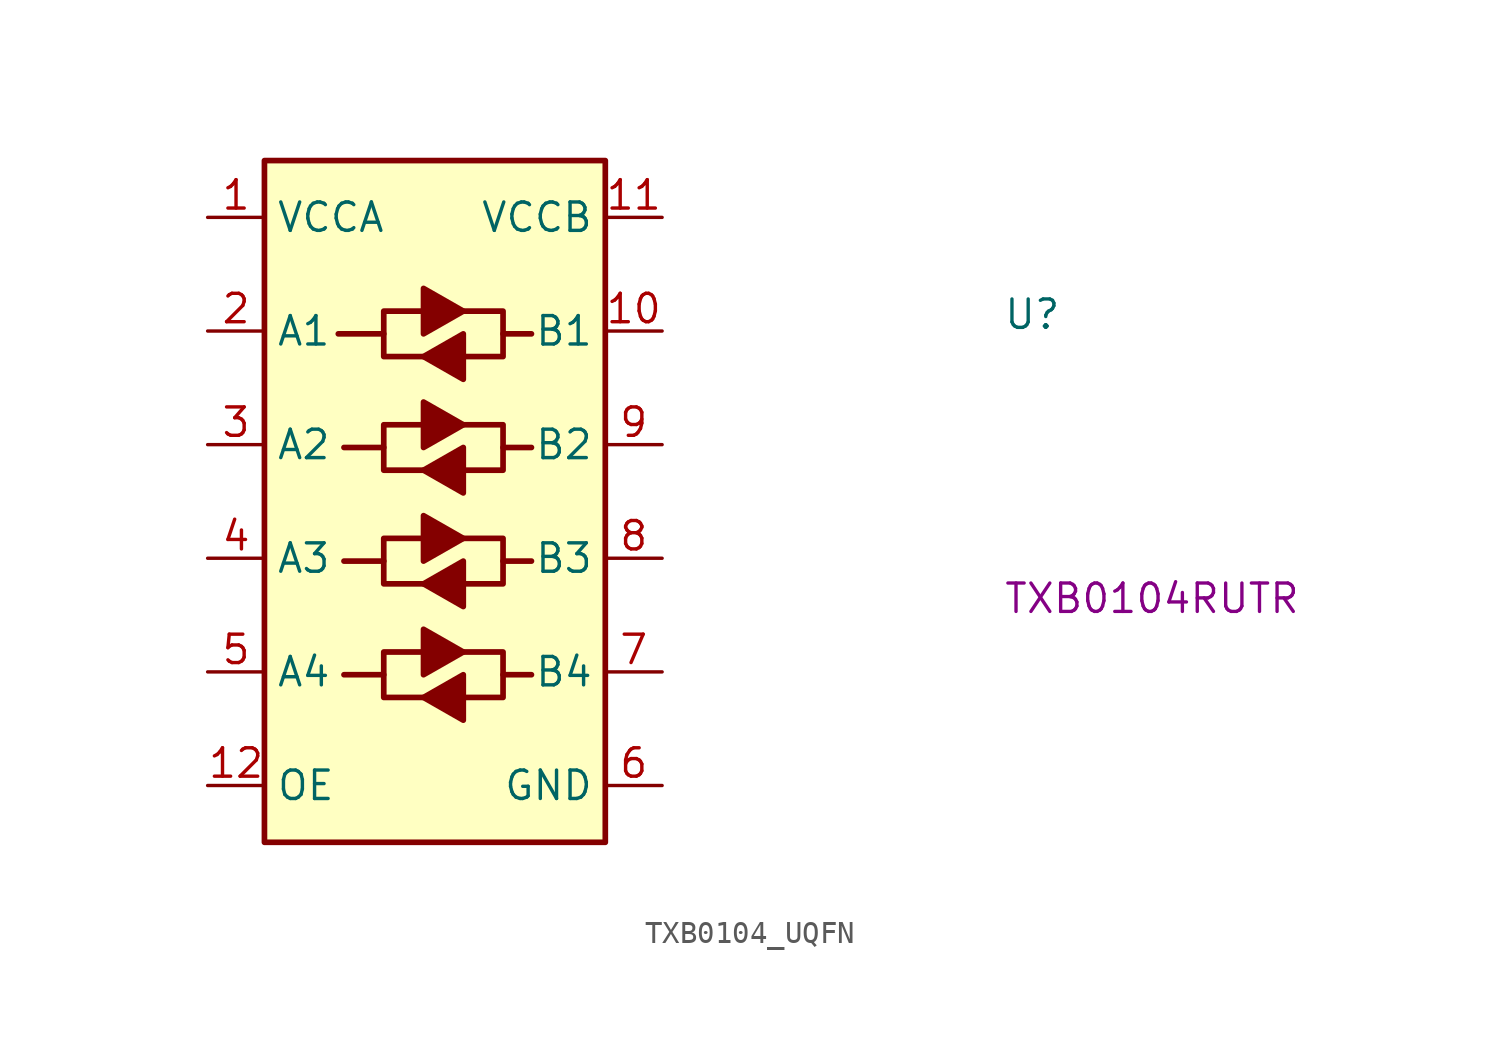
<source format=kicad_sym>
(kicad_symbol_lib
  (version 20220914)
  (generator kicad_symbol_editor)
  (symbol "TXB0104_UQFN"
    (property "Reference" "U"
      (at 35.56 -5.08 0)
      (effects (font (size 1.27 1.27) (thickness 0.15)) (justify left bottom)))
    (property "MPN" "TXB0104RUTR"
      (at 35.56 -17.78 0)
      (effects (font (size 1.27 1.27) (thickness 0.15)) (justify left bottom)))
    (symbol "TXB0104_UQFN_1_1"
      (polyline (pts (xy 7.874 -20.447) (xy 7.874 -19.431) (xy 9.652 -19.431)) (stroke (width 0.254) (type default)) (fill (type background)))
      (polyline (pts (xy 7.874 -15.367) (xy 7.874 -14.351) (xy 9.652 -14.351)) (stroke (width 0.254) (type default)) (fill (type background)))
      (polyline (pts (xy 7.874 -10.287) (xy 7.874 -9.271) (xy 9.652 -9.271)) (stroke (width 0.254) (type default)) (fill (type background)))
      (polyline (pts (xy 7.874 -5.207) (xy 7.874 -4.191) (xy 9.652 -4.191)) (stroke (width 0.254) (type default)) (fill (type background)))
      (polyline (pts (xy 13.208 -20.447) (xy 13.208 -21.463) (xy 11.43 -21.463)) (stroke (width 0.254) (type default)) (fill (type background)))
      (polyline (pts (xy 13.208 -15.367) (xy 13.208 -16.383) (xy 11.43 -16.383)) (stroke (width 0.254) (type default)) (fill (type background)))
      (polyline (pts (xy 13.208 -10.287) (xy 13.208 -11.303) (xy 11.43 -11.303)) (stroke (width 0.254) (type default)) (fill (type background)))
      (polyline (pts (xy 13.208 -5.207) (xy 13.208 -6.223) (xy 11.43 -6.223)) (stroke (width 0.254) (type default)) (fill (type background)))
      (polyline (pts (xy 9.652 -21.463) (xy 7.874 -21.463) (xy 7.874 -20.447) (xy 6.096 -20.447)) (stroke (width 0.254) (type default)) (fill (type background)))
      (polyline (pts (xy 9.652 -21.463) (xy 11.43 -20.447) (xy 11.43 -22.479) (xy 9.652 -21.463)) (stroke (width 0.254) (type default)) (fill (type outline)))
      (polyline (pts (xy 9.652 -16.383) (xy 7.874 -16.383) (xy 7.874 -15.367) (xy 6.096 -15.367)) (stroke (width 0.254) (type default)) (fill (type background)))
      (polyline (pts (xy 9.652 -16.383) (xy 11.43 -15.367) (xy 11.43 -17.399) (xy 9.652 -16.383)) (stroke (width 0.254) (type default)) (fill (type outline)))
      (polyline (pts (xy 9.652 -11.303) (xy 7.874 -11.303) (xy 7.874 -10.287) (xy 6.096 -10.287)) (stroke (width 0.254) (type default)) (fill (type background)))
      (polyline (pts (xy 9.652 -11.303) (xy 11.43 -10.287) (xy 11.43 -12.319) (xy 9.652 -11.303)) (stroke (width 0.254) (type default)) (fill (type outline)))
      (polyline (pts (xy 9.652 -6.223) (xy 7.874 -6.223) (xy 7.874 -5.207) (xy 5.842 -5.207)) (stroke (width 0.254) (type default)) (fill (type background)))
      (polyline (pts (xy 9.652 -6.223) (xy 11.43 -5.207) (xy 11.43 -7.239) (xy 9.652 -6.223)) (stroke (width 0.254) (type default)) (fill (type outline)))
      (polyline (pts (xy 11.43 -19.431) (xy 9.652 -20.447) (xy 9.652 -18.415) (xy 11.43 -19.431)) (stroke (width 0.254) (type default)) (fill (type outline)))
      (polyline (pts (xy 11.43 -19.431) (xy 13.208 -19.431) (xy 13.208 -20.447) (xy 14.478 -20.447)) (stroke (width 0.254) (type default)) (fill (type background)))
      (polyline (pts (xy 11.43 -14.351) (xy 9.652 -15.367) (xy 9.652 -13.335) (xy 11.43 -14.351)) (stroke (width 0.254) (type default)) (fill (type outline)))
      (polyline (pts (xy 11.43 -14.351) (xy 13.208 -14.351) (xy 13.208 -15.367) (xy 14.478 -15.367)) (stroke (width 0.254) (type default)) (fill (type background)))
      (polyline (pts (xy 11.43 -9.271) (xy 9.652 -10.287) (xy 9.652 -8.255) (xy 11.43 -9.271)) (stroke (width 0.254) (type default)) (fill (type outline)))
      (polyline (pts (xy 11.43 -9.271) (xy 13.208 -9.271) (xy 13.208 -10.287) (xy 14.478 -10.287)) (stroke (width 0.254) (type default)) (fill (type background)))
      (polyline (pts (xy 11.43 -4.191) (xy 9.652 -5.207) (xy 9.652 -3.175) (xy 11.43 -4.191)) (stroke (width 0.254) (type default)) (fill (type outline)))
      (polyline (pts (xy 11.43 -4.191) (xy 13.208 -4.191) (xy 13.208 -5.207) (xy 14.478 -5.207)) (stroke (width 0.254) (type default)) (fill (type background)))
      (rectangle (start 2.54 2.54) (end 17.78 -27.94) (stroke (width 0.254) (type default)) (fill (type background)))
      (pin power_in line (at 0 0 0) (length 2.54) (name "VCCA" (effects (font (size 1.27 1.27)))) (number "1" (effects (font (size 1.27 1.27)))))
      (pin tri_state line (at 20.32 -5.08 180) (length 2.54) (name "B1" (effects (font (size 1.27 1.27)))) (number "10" (effects (font (size 1.27 1.27)))))
      (pin power_in line (at 20.32 0 180) (length 2.54) (name "VCCB" (effects (font (size 1.27 1.27)))) (number "11" (effects (font (size 1.27 1.27)))))
      (pin input line (at 0 -25.4 0) (length 2.54) (name "OE" (effects (font (size 1.27 1.27)))) (number "12" (effects (font (size 1.27 1.27)))))
      (pin tri_state line (at 0 -5.08 0) (length 2.54) (name "A1" (effects (font (size 1.27 1.27)))) (number "2" (effects (font (size 1.27 1.27)))))
      (pin tri_state line (at 0 -10.16 0) (length 2.54) (name "A2" (effects (font (size 1.27 1.27)))) (number "3" (effects (font (size 1.27 1.27)))))
      (pin tri_state line (at 0 -15.24 0) (length 2.54) (name "A3" (effects (font (size 1.27 1.27)))) (number "4" (effects (font (size 1.27 1.27)))))
      (pin tri_state line (at 0 -20.32 0) (length 2.54) (name "A4" (effects (font (size 1.27 1.27)))) (number "5" (effects (font (size 1.27 1.27)))))
      (pin power_in line (at 20.32 -25.4 180) (length 2.54) (name "GND" (effects (font (size 1.27 1.27)))) (number "6" (effects (font (size 1.27 1.27)))))
      (pin tri_state line (at 20.32 -20.32 180) (length 2.54) (name "B4" (effects (font (size 1.27 1.27)))) (number "7" (effects (font (size 1.27 1.27)))))
      (pin tri_state line (at 20.32 -15.24 180) (length 2.54) (name "B3" (effects (font (size 1.27 1.27)))) (number "8" (effects (font (size 1.27 1.27)))))
      (pin tri_state line (at 20.32 -10.16 180) (length 2.54) (name "B2" (effects (font (size 1.27 1.27)))) (number "9" (effects (font (size 1.27 1.27))))))))
</source>
